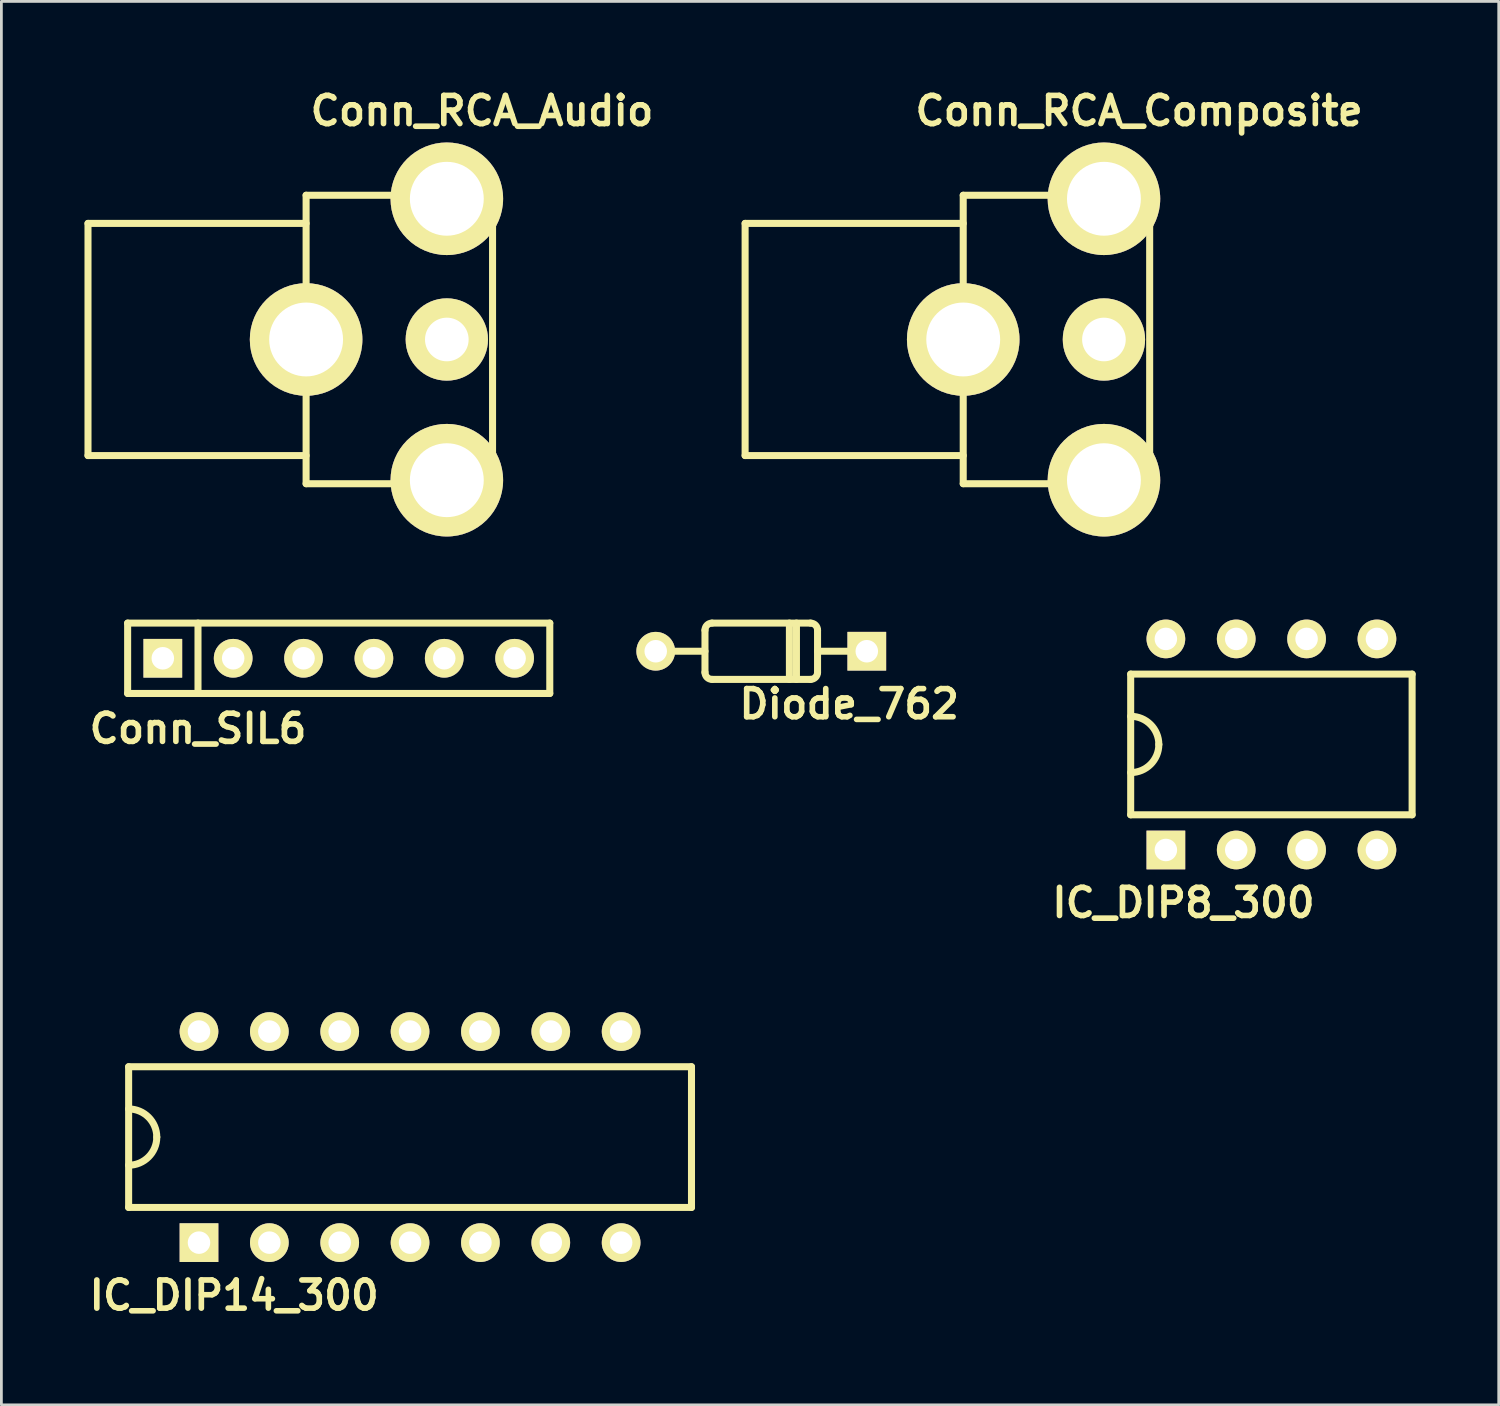
<source format=kicad_pcb>
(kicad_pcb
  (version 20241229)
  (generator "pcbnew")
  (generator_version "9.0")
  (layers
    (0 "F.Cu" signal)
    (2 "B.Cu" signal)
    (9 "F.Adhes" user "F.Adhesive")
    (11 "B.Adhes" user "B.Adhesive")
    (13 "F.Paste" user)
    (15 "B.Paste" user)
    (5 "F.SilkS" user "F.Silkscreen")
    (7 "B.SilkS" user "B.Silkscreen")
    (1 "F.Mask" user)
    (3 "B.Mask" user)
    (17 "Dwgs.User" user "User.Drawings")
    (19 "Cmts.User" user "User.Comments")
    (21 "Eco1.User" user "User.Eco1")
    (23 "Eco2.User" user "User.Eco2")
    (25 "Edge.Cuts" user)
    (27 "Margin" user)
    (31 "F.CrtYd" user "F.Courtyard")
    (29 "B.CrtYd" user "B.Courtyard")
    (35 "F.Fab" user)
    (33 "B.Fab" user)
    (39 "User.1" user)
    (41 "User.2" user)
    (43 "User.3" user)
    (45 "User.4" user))
  (footprint "Conn_SIL6"
    (layer "F.Cu")
    (at 9.178 20.715)
    (property "Reference" "Conn_SIL6" (at -5.08 2.54 0) (layer "F.SilkS") (effects (font (size 1.016 1.016) (thickness 0.203))))
    (attr through_hole)
    (fp_line (start -7.62 -1.27) (end 7.62 -1.27) (stroke (width 0.254) (type solid)) (layer "F.SilkS"))
    (fp_line (start -7.62 1.27) (end -7.62 -1.27) (stroke (width 0.254) (type solid)) (layer "F.SilkS"))
    (fp_line (start -5.08 1.27) (end -5.08 -1.27) (stroke (width 0.254) (type solid)) (layer "F.SilkS"))
    (fp_line (start 7.62 -1.27) (end 7.62 1.27) (stroke (width 0.254) (type solid)) (layer "F.SilkS"))
    (fp_line (start 7.62 1.27) (end -7.62 1.27) (stroke (width 0.254) (type solid)) (layer "F.SilkS"))
    (pad "1" thru_hole rect (at -6.35 0) (size 1.397 1.397) (drill 0.813) (layers "*.Cu" "*.Mask" "F.SilkS"))
    (pad "2" thru_hole circle (at -3.81 0) (size 1.397 1.397) (drill 0.813) (layers "*.Cu" "*.Mask" "F.SilkS"))
    (pad "3" thru_hole circle (at -1.27 0) (size 1.397 1.397) (drill 0.813) (layers "*.Cu" "*.Mask" "F.SilkS"))
    (pad "4" thru_hole circle (at 1.27 0) (size 1.397 1.397) (drill 0.813) (layers "*.Cu" "*.Mask" "F.SilkS"))
    (pad "5" thru_hole circle (at 3.81 0) (size 1.397 1.397) (drill 0.813) (layers "*.Cu" "*.Mask" "F.SilkS"))
    (pad "6" thru_hole circle (at 6.35 0) (size 1.397 1.397) (drill 0.813) (layers "*.Cu" "*.Mask" "F.SilkS")))
  (footprint "Conn_RCA_Composite"
    (layer "F.Cu")
    (at 31.724 9.206)
    (property "Reference" "Conn_RCA_Composite" (at 6.35 -8.255 0) (layer "F.SilkS") (effects (font (size 1.016 1.016) (thickness 0.203))))
    (attr through_hole)
    (fp_line (start -7.874 -4.191) (end -7.874 4.191) (stroke (width 0.254) (type solid)) (layer "F.SilkS"))
    (fp_line (start -7.874 4.191) (end 0 4.191) (stroke (width 0.254) (type solid)) (layer "F.SilkS"))
    (fp_line (start 0 -5.207) (end 0 5.207) (stroke (width 0.254) (type solid)) (layer "F.SilkS"))
    (fp_line (start 0 -5.207) (end 6.731 -5.207) (stroke (width 0.254) (type solid)) (layer "F.SilkS"))
    (fp_line (start 0 -4.191) (end -7.874 -4.191) (stroke (width 0.254) (type solid)) (layer "F.SilkS"))
    (fp_line (start 6.731 -5.207) (end 6.731 5.207) (stroke (width 0.254) (type solid)) (layer "F.SilkS"))
    (fp_line (start 6.731 5.207) (end 0 5.207) (stroke (width 0.254) (type solid)) (layer "F.SilkS"))
    (pad "1" thru_hole circle (at 5.08 0) (size 2.972 2.972) (drill 1.575) (layers "*.Cu" "*.Mask" "F.SilkS"))
    (pad "2" thru_hole circle (at 0 0) (size 4.064 4.064) (drill 2.667) (layers "*.Cu" "*.Mask" "F.SilkS"))
    (pad "2" thru_hole circle (at 5.08 -5.08) (size 4.064 4.064) (drill 2.667) (layers "*.Cu" "*.Mask" "F.SilkS"))
    (pad "2" thru_hole circle (at 5.08 5.08) (size 4.064 4.064) (drill 2.667) (layers "*.Cu" "*.Mask" "F.SilkS")))
  (footprint "Conn_RCA_Audio"
    (layer "F.Cu")
    (at 8.001 9.206)
    (property "Reference" "Conn_RCA_Audio" (at 6.35 -8.255 0) (layer "F.SilkS") (effects (font (size 1.016 1.016) (thickness 0.203))))
    (attr through_hole)
    (fp_line (start -7.874 -4.191) (end -7.874 4.191) (stroke (width 0.254) (type solid)) (layer "F.SilkS"))
    (fp_line (start -7.874 4.191) (end 0 4.191) (stroke (width 0.254) (type solid)) (layer "F.SilkS"))
    (fp_line (start 0 -5.207) (end 0 5.207) (stroke (width 0.254) (type solid)) (layer "F.SilkS"))
    (fp_line (start 0 -5.207) (end 6.731 -5.207) (stroke (width 0.254) (type solid)) (layer "F.SilkS"))
    (fp_line (start 0 -4.191) (end -7.874 -4.191) (stroke (width 0.254) (type solid)) (layer "F.SilkS"))
    (fp_line (start 6.731 -5.207) (end 6.731 5.207) (stroke (width 0.254) (type solid)) (layer "F.SilkS"))
    (fp_line (start 6.731 5.207) (end 0 5.207) (stroke (width 0.254) (type solid)) (layer "F.SilkS"))
    (pad "1" thru_hole circle (at 5.08 0) (size 2.972 2.972) (drill 1.575) (layers "*.Cu" "*.Mask" "F.SilkS"))
    (pad "2" thru_hole circle (at 0 0) (size 4.064 4.064) (drill 2.667) (layers "*.Cu" "*.Mask" "F.SilkS"))
    (pad "2" thru_hole circle (at 5.08 -5.08) (size 4.064 4.064) (drill 2.667) (layers "*.Cu" "*.Mask" "F.SilkS"))
    (pad "2" thru_hole circle (at 5.08 5.08) (size 4.064 4.064) (drill 2.667) (layers "*.Cu" "*.Mask" "F.SilkS")))
  (footprint "IC_DIP8_300"
    (layer "F.Cu")
    (at 42.85 23.826)
    (property "Reference" "IC_DIP8_300" (at -3.175 5.715 0) (layer "F.SilkS") (effects (font (size 1.016 1.016) (thickness 0.203))))
    (attr through_hole)
    (fp_line (start -5.08 -2.54) (end 5.08 -2.54) (stroke (width 0.254) (type solid)) (layer "F.SilkS"))
    (fp_line (start -5.08 2.54) (end -5.08 -2.54) (stroke (width 0.254) (type solid)) (layer "F.SilkS"))
    (fp_line (start 5.08 -2.54) (end 5.08 2.54) (stroke (width 0.254) (type solid)) (layer "F.SilkS"))
    (fp_line (start 5.08 2.54) (end -5.08 2.54) (stroke (width 0.254) (type solid)) (layer "F.SilkS"))
    (fp_arc (start -5.08 -1.016) (mid -4.36158 -0.71842) (end -4.064 0) (stroke (width 0.254) (type solid)) (layer "F.SilkS"))
    (fp_arc (start -4.064 0) (mid -4.36158 0.71842) (end -5.08 1.016) (stroke (width 0.254) (type solid)) (layer "F.SilkS"))
    (pad "1" thru_hole rect (at -3.81 3.81) (size 1.397 1.397) (drill 0.813) (layers "*.Cu" "*.Mask" "F.SilkS"))
    (pad "2" thru_hole circle (at -1.27 3.81) (size 1.397 1.397) (drill 0.813) (layers "*.Cu" "*.Mask" "F.SilkS"))
    (pad "3" thru_hole circle (at 1.27 3.81) (size 1.397 1.397) (drill 0.813) (layers "*.Cu" "*.Mask" "F.SilkS"))
    (pad "4" thru_hole circle (at 3.81 3.81) (size 1.397 1.397) (drill 0.813) (layers "*.Cu" "*.Mask" "F.SilkS"))
    (pad "5" thru_hole circle (at 3.81 -3.81) (size 1.397 1.397) (drill 0.813) (layers "*.Cu" "*.Mask" "F.SilkS"))
    (pad "6" thru_hole circle (at 1.27 -3.81) (size 1.397 1.397) (drill 0.813) (layers "*.Cu" "*.Mask" "F.SilkS"))
    (pad "7" thru_hole circle (at -1.27 -3.81) (size 1.397 1.397) (drill 0.813) (layers "*.Cu" "*.Mask" "F.SilkS"))
    (pad "8" thru_hole circle (at -3.81 -3.81) (size 1.397 1.397) (drill 0.813) (layers "*.Cu" "*.Mask" "F.SilkS")))
  (footprint "IC_DIP14_300"
    (layer "F.Cu")
    (at 11.754 38.001)
    (property "Reference" "IC_DIP14_300" (at -6.35 5.715 0) (layer "F.SilkS") (effects (font (size 1.016 1.016) (thickness 0.203))))
    (attr through_hole)
    (fp_line (start -10.16 -2.54) (end -10.16 2.54) (stroke (width 0.254) (type solid)) (layer "F.SilkS"))
    (fp_line (start -10.16 2.54) (end 10.16 2.54) (stroke (width 0.254) (type solid)) (layer "F.SilkS"))
    (fp_line (start 10.16 -2.54) (end -10.16 -2.54) (stroke (width 0.254) (type solid)) (layer "F.SilkS"))
    (fp_line (start 10.16 2.54) (end 10.16 -2.54) (stroke (width 0.254) (type solid)) (layer "F.SilkS"))
    (fp_arc (start -10.16 -1.016) (mid -9.44158 -0.71842) (end -9.144 0) (stroke (width 0.254) (type solid)) (layer "F.SilkS"))
    (fp_arc (start -9.144 0) (mid -9.44158 0.71842) (end -10.16 1.016) (stroke (width 0.254) (type solid)) (layer "F.SilkS"))
    (pad "1" thru_hole rect (at -7.62 3.81) (size 1.397 1.397) (drill 0.813) (layers "*.Cu" "*.Mask" "F.SilkS"))
    (pad "2" thru_hole circle (at -5.08 3.81) (size 1.397 1.397) (drill 0.813) (layers "*.Cu" "*.Mask" "F.SilkS"))
    (pad "3" thru_hole circle (at -2.54 3.81) (size 1.397 1.397) (drill 0.813) (layers "*.Cu" "*.Mask" "F.SilkS"))
    (pad "4" thru_hole circle (at 0 3.81) (size 1.397 1.397) (drill 0.813) (layers "*.Cu" "*.Mask" "F.SilkS"))
    (pad "5" thru_hole circle (at 2.54 3.81) (size 1.397 1.397) (drill 0.813) (layers "*.Cu" "*.Mask" "F.SilkS"))
    (pad "6" thru_hole circle (at 5.08 3.81) (size 1.397 1.397) (drill 0.813) (layers "*.Cu" "*.Mask" "F.SilkS"))
    (pad "7" thru_hole circle (at 7.62 3.81) (size 1.397 1.397) (drill 0.813) (layers "*.Cu" "*.Mask" "F.SilkS"))
    (pad "8" thru_hole circle (at 7.62 -3.81) (size 1.397 1.397) (drill 0.813) (layers "*.Cu" "*.Mask" "F.SilkS"))
    (pad "9" thru_hole circle (at 5.08 -3.81) (size 1.397 1.397) (drill 0.813) (layers "*.Cu" "*.Mask" "F.SilkS"))
    (pad "10" thru_hole circle (at 2.54 -3.81) (size 1.397 1.397) (drill 0.813) (layers "*.Cu" "*.Mask" "F.SilkS"))
    (pad "11" thru_hole circle (at 0 -3.81) (size 1.397 1.397) (drill 0.813) (layers "*.Cu" "*.Mask" "F.SilkS"))
    (pad "12" thru_hole circle (at -2.54 -3.81) (size 1.397 1.397) (drill 0.813) (layers "*.Cu" "*.Mask" "F.SilkS"))
    (pad "13" thru_hole circle (at -5.08 -3.81) (size 1.397 1.397) (drill 0.813) (layers "*.Cu" "*.Mask" "F.SilkS"))
    (pad "14" thru_hole circle (at -7.62 -3.81) (size 1.397 1.397) (drill 0.813) (layers "*.Cu" "*.Mask" "F.SilkS")))
  (footprint "Diode_762"
    (layer "F.Cu")
    (at 24.433 20.461)
    (property "Reference" "Diode_762" (at 3.175 1.905 0) (layer "F.SilkS") (effects (font (size 1.016 1.016) (thickness 0.203))))
    (attr through_hole)
    (fp_line (start -3.556 0) (end -2.032 0) (stroke (width 0.254) (type solid)) (layer "F.SilkS"))
    (fp_line (start -2.032 0.762) (end -2.032 -0.762) (stroke (width 0.254) (type solid)) (layer "F.SilkS"))
    (fp_line (start -1.778 -1.016) (end 1.778 -1.016) (stroke (width 0.254) (type solid)) (layer "F.SilkS"))
    (fp_line (start 1.016 1.016) (end 1.016 -1.016) (stroke (width 0.254) (type solid)) (layer "F.SilkS"))
    (fp_line (start 1.27 1.016) (end 1.27 -1.016) (stroke (width 0.254) (type solid)) (layer "F.SilkS"))
    (fp_line (start 1.778 1.016) (end -1.778 1.016) (stroke (width 0.254) (type solid)) (layer "F.SilkS"))
    (fp_line (start 2.032 -0.762) (end 2.032 0.762) (stroke (width 0.254) (type solid)) (layer "F.SilkS"))
    (fp_line (start 2.032 0) (end 3.81 0) (stroke (width 0.254) (type solid)) (layer "F.SilkS"))
    (fp_arc (start -2.032 -0.762) (mid -1.957605 -0.941605) (end -1.778 -1.016) (stroke (width 0.254) (type solid)) (layer "F.SilkS"))
    (fp_arc (start -1.778 1.016) (mid -1.957605 0.941605) (end -2.032 0.762) (stroke (width 0.254) (type solid)) (layer "F.SilkS"))
    (fp_arc (start 1.778 -1.016) (mid 1.957605 -0.941605) (end 2.032 -0.762) (stroke (width 0.254) (type solid)) (layer "F.SilkS"))
    (fp_arc (start 2.032 0.762) (mid 1.957605 0.941605) (end 1.778 1.016) (stroke (width 0.254) (type solid)) (layer "F.SilkS"))
    (pad "1" thru_hole rect (at 3.81 0) (size 1.397 1.397) (drill 0.813) (layers "*.Cu" "*.Mask" "F.SilkS"))
    (pad "2" thru_hole circle (at -3.81 0) (size 1.397 1.397) (drill 0.813) (layers "*.Cu" "*.Mask" "F.SilkS")))
  (gr_rect
    (start -3 -3)
    (end 51.057 47.667)
    (stroke (width 0.1) (type default))
    (fill no)
    (layer "Edge.Cuts")))
</source>
